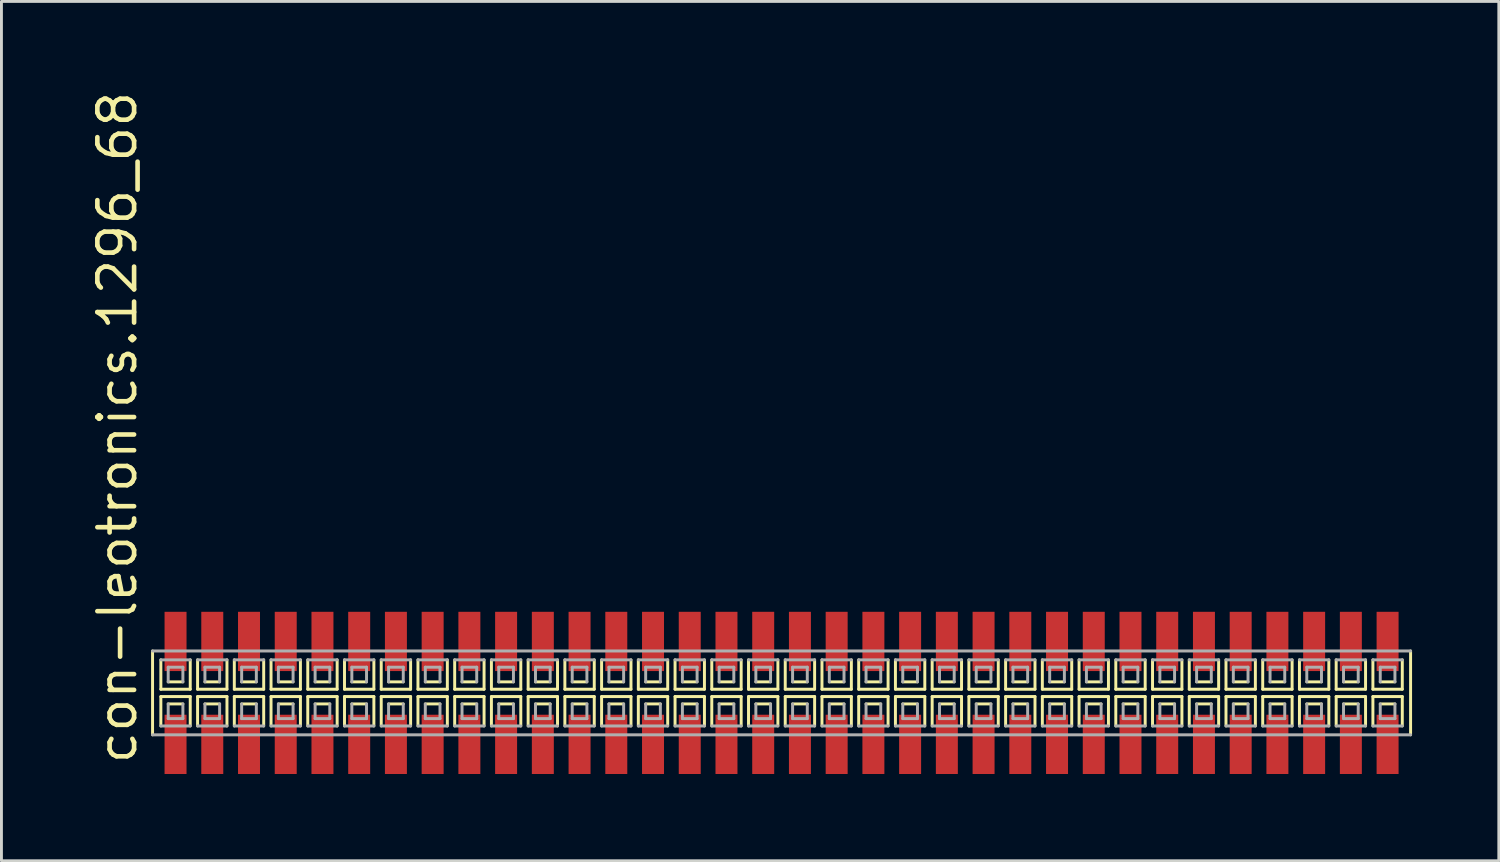
<source format=kicad_pcb>
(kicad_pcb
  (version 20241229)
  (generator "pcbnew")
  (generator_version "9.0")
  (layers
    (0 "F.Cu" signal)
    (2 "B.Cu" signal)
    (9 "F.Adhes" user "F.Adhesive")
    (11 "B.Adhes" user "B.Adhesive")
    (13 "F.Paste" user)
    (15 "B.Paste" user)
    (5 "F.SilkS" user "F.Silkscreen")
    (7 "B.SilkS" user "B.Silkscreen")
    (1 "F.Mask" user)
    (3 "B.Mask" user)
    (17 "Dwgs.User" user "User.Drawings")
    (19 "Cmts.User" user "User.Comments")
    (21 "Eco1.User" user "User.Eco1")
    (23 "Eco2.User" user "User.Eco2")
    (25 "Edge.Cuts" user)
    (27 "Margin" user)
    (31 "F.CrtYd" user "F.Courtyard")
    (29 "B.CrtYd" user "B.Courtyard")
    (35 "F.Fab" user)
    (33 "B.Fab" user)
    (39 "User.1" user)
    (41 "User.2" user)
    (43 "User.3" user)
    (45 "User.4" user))
  (footprint "con-leotronics.1296_68"
    (layer "F.Cu")
    (at 23.975 20.909)
    (property "Reference" "con-leotronics.1296_68" (at -22.225 2.54 90) (layer "F.SilkS") (effects (font (size 1.27 1.27) (thickness 0.16)) (justify left bottom)))
    (attr smd)
    (fp_line (start -21.75 -1.45) (end -21.75 1.45) (stroke (width 0.102) (type default)) (layer "F.SilkS"))
    (fp_line (start -21.463 -1.143) (end -21.463 -0.127) (stroke (width 0.102) (type default)) (layer "F.SilkS"))
    (fp_line (start -21.463 -0.127) (end -20.447 -0.127) (stroke (width 0.102) (type default)) (layer "F.SilkS"))
    (fp_line (start -21.463 0.127) (end -21.463 1.143) (stroke (width 0.102) (type default)) (layer "F.SilkS"))
    (fp_line (start -21.209 -0.381) (end -20.701 -0.381) (stroke (width 0.102) (type default)) (layer "F.SilkS"))
    (fp_line (start -20.701 0.381) (end -21.209 0.381) (stroke (width 0.102) (type default)) (layer "F.SilkS"))
    (fp_line (start -20.447 -0.127) (end -20.447 -1.143) (stroke (width 0.102) (type default)) (layer "F.SilkS"))
    (fp_line (start -20.447 0.127) (end -21.463 0.127) (stroke (width 0.102) (type default)) (layer "F.SilkS"))
    (fp_line (start -20.447 1.143) (end -20.447 0.127) (stroke (width 0.102) (type default)) (layer "F.SilkS"))
    (fp_line (start -20.193 -1.143) (end -20.193 -0.127) (stroke (width 0.102) (type default)) (layer "F.SilkS"))
    (fp_line (start -20.193 -0.127) (end -19.177 -0.127) (stroke (width 0.102) (type default)) (layer "F.SilkS"))
    (fp_line (start -20.193 0.127) (end -20.193 1.143) (stroke (width 0.102) (type default)) (layer "F.SilkS"))
    (fp_line (start -19.939 -0.381) (end -19.431 -0.381) (stroke (width 0.102) (type default)) (layer "F.SilkS"))
    (fp_line (start -19.431 0.381) (end -19.939 0.381) (stroke (width 0.102) (type default)) (layer "F.SilkS"))
    (fp_line (start -19.177 -0.127) (end -19.177 -1.143) (stroke (width 0.102) (type default)) (layer "F.SilkS"))
    (fp_line (start -19.177 0.127) (end -20.193 0.127) (stroke (width 0.102) (type default)) (layer "F.SilkS"))
    (fp_line (start -19.177 1.143) (end -19.177 0.127) (stroke (width 0.102) (type default)) (layer "F.SilkS"))
    (fp_line (start -18.923 -1.143) (end -18.923 -0.127) (stroke (width 0.102) (type default)) (layer "F.SilkS"))
    (fp_line (start -18.923 -0.127) (end -17.907 -0.127) (stroke (width 0.102) (type default)) (layer "F.SilkS"))
    (fp_line (start -18.923 0.127) (end -18.923 1.143) (stroke (width 0.102) (type default)) (layer "F.SilkS"))
    (fp_line (start -18.669 -0.381) (end -18.161 -0.381) (stroke (width 0.102) (type default)) (layer "F.SilkS"))
    (fp_line (start -18.161 0.381) (end -18.669 0.381) (stroke (width 0.102) (type default)) (layer "F.SilkS"))
    (fp_line (start -17.907 -0.127) (end -17.907 -1.143) (stroke (width 0.102) (type default)) (layer "F.SilkS"))
    (fp_line (start -17.907 0.127) (end -18.923 0.127) (stroke (width 0.102) (type default)) (layer "F.SilkS"))
    (fp_line (start -17.907 1.143) (end -17.907 0.127) (stroke (width 0.102) (type default)) (layer "F.SilkS"))
    (fp_line (start -17.653 -1.143) (end -17.653 -0.127) (stroke (width 0.102) (type default)) (layer "F.SilkS"))
    (fp_line (start -17.653 -0.127) (end -16.637 -0.127) (stroke (width 0.102) (type default)) (layer "F.SilkS"))
    (fp_line (start -17.653 0.127) (end -17.653 1.143) (stroke (width 0.102) (type default)) (layer "F.SilkS"))
    (fp_line (start -17.399 -0.381) (end -16.891 -0.381) (stroke (width 0.102) (type default)) (layer "F.SilkS"))
    (fp_line (start -16.891 0.381) (end -17.399 0.381) (stroke (width 0.102) (type default)) (layer "F.SilkS"))
    (fp_line (start -16.637 -0.127) (end -16.637 -1.143) (stroke (width 0.102) (type default)) (layer "F.SilkS"))
    (fp_line (start -16.637 0.127) (end -17.653 0.127) (stroke (width 0.102) (type default)) (layer "F.SilkS"))
    (fp_line (start -16.637 1.143) (end -16.637 0.127) (stroke (width 0.102) (type default)) (layer "F.SilkS"))
    (fp_line (start -16.383 -1.143) (end -16.383 -0.127) (stroke (width 0.102) (type default)) (layer "F.SilkS"))
    (fp_line (start -16.383 -0.127) (end -15.367 -0.127) (stroke (width 0.102) (type default)) (layer "F.SilkS"))
    (fp_line (start -16.383 0.127) (end -16.383 1.143) (stroke (width 0.102) (type default)) (layer "F.SilkS"))
    (fp_line (start -16.129 -0.381) (end -15.621 -0.381) (stroke (width 0.102) (type default)) (layer "F.SilkS"))
    (fp_line (start -15.621 0.381) (end -16.129 0.381) (stroke (width 0.102) (type default)) (layer "F.SilkS"))
    (fp_line (start -15.367 -0.127) (end -15.367 -1.143) (stroke (width 0.102) (type default)) (layer "F.SilkS"))
    (fp_line (start -15.367 0.127) (end -16.383 0.127) (stroke (width 0.102) (type default)) (layer "F.SilkS"))
    (fp_line (start -15.367 1.143) (end -15.367 0.127) (stroke (width 0.102) (type default)) (layer "F.SilkS"))
    (fp_line (start -15.113 -1.143) (end -15.113 -0.127) (stroke (width 0.102) (type default)) (layer "F.SilkS"))
    (fp_line (start -15.113 -0.127) (end -14.097 -0.127) (stroke (width 0.102) (type default)) (layer "F.SilkS"))
    (fp_line (start -15.113 0.127) (end -15.113 1.143) (stroke (width 0.102) (type default)) (layer "F.SilkS"))
    (fp_line (start -14.859 -0.381) (end -14.351 -0.381) (stroke (width 0.102) (type default)) (layer "F.SilkS"))
    (fp_line (start -14.351 0.381) (end -14.859 0.381) (stroke (width 0.102) (type default)) (layer "F.SilkS"))
    (fp_line (start -14.097 -0.127) (end -14.097 -1.143) (stroke (width 0.102) (type default)) (layer "F.SilkS"))
    (fp_line (start -14.097 0.127) (end -15.113 0.127) (stroke (width 0.102) (type default)) (layer "F.SilkS"))
    (fp_line (start -14.097 1.143) (end -14.097 0.127) (stroke (width 0.102) (type default)) (layer "F.SilkS"))
    (fp_line (start -13.843 -1.143) (end -13.843 -0.127) (stroke (width 0.102) (type default)) (layer "F.SilkS"))
    (fp_line (start -13.843 -0.127) (end -12.827 -0.127) (stroke (width 0.102) (type default)) (layer "F.SilkS"))
    (fp_line (start -13.843 0.127) (end -13.843 1.143) (stroke (width 0.102) (type default)) (layer "F.SilkS"))
    (fp_line (start -13.589 -0.381) (end -13.081 -0.381) (stroke (width 0.102) (type default)) (layer "F.SilkS"))
    (fp_line (start -13.081 0.381) (end -13.589 0.381) (stroke (width 0.102) (type default)) (layer "F.SilkS"))
    (fp_line (start -12.827 -0.127) (end -12.827 -1.143) (stroke (width 0.102) (type default)) (layer "F.SilkS"))
    (fp_line (start -12.827 0.127) (end -13.843 0.127) (stroke (width 0.102) (type default)) (layer "F.SilkS"))
    (fp_line (start -12.827 1.143) (end -12.827 0.127) (stroke (width 0.102) (type default)) (layer "F.SilkS"))
    (fp_line (start -12.573 -1.143) (end -12.573 -0.127) (stroke (width 0.102) (type default)) (layer "F.SilkS"))
    (fp_line (start -12.573 -0.127) (end -11.557 -0.127) (stroke (width 0.102) (type default)) (layer "F.SilkS"))
    (fp_line (start -12.573 0.127) (end -12.573 1.143) (stroke (width 0.102) (type default)) (layer "F.SilkS"))
    (fp_line (start -12.319 -0.381) (end -11.811 -0.381) (stroke (width 0.102) (type default)) (layer "F.SilkS"))
    (fp_line (start -11.811 0.381) (end -12.319 0.381) (stroke (width 0.102) (type default)) (layer "F.SilkS"))
    (fp_line (start -11.557 -0.127) (end -11.557 -1.143) (stroke (width 0.102) (type default)) (layer "F.SilkS"))
    (fp_line (start -11.557 0.127) (end -12.573 0.127) (stroke (width 0.102) (type default)) (layer "F.SilkS"))
    (fp_line (start -11.557 1.143) (end -11.557 0.127) (stroke (width 0.102) (type default)) (layer "F.SilkS"))
    (fp_line (start -11.303 -1.143) (end -11.303 -0.127) (stroke (width 0.102) (type default)) (layer "F.SilkS"))
    (fp_line (start -11.303 -0.127) (end -10.287 -0.127) (stroke (width 0.102) (type default)) (layer "F.SilkS"))
    (fp_line (start -11.303 0.127) (end -11.303 1.143) (stroke (width 0.102) (type default)) (layer "F.SilkS"))
    (fp_line (start -11.049 -0.381) (end -10.541 -0.381) (stroke (width 0.102) (type default)) (layer "F.SilkS"))
    (fp_line (start -10.541 0.381) (end -11.049 0.381) (stroke (width 0.102) (type default)) (layer "F.SilkS"))
    (fp_line (start -10.287 -0.127) (end -10.287 -1.143) (stroke (width 0.102) (type default)) (layer "F.SilkS"))
    (fp_line (start -10.287 0.127) (end -11.303 0.127) (stroke (width 0.102) (type default)) (layer "F.SilkS"))
    (fp_line (start -10.287 1.143) (end -10.287 0.127) (stroke (width 0.102) (type default)) (layer "F.SilkS"))
    (fp_line (start -10.033 -1.143) (end -10.033 -0.127) (stroke (width 0.102) (type default)) (layer "F.SilkS"))
    (fp_line (start -10.033 -0.127) (end -9.017 -0.127) (stroke (width 0.102) (type default)) (layer "F.SilkS"))
    (fp_line (start -10.033 0.127) (end -10.033 1.143) (stroke (width 0.102) (type default)) (layer "F.SilkS"))
    (fp_line (start -9.779 -0.381) (end -9.271 -0.381) (stroke (width 0.102) (type default)) (layer "F.SilkS"))
    (fp_line (start -9.271 0.381) (end -9.779 0.381) (stroke (width 0.102) (type default)) (layer "F.SilkS"))
    (fp_line (start -9.017 -0.127) (end -9.017 -1.143) (stroke (width 0.102) (type default)) (layer "F.SilkS"))
    (fp_line (start -9.017 0.127) (end -10.033 0.127) (stroke (width 0.102) (type default)) (layer "F.SilkS"))
    (fp_line (start -9.017 1.143) (end -9.017 0.127) (stroke (width 0.102) (type default)) (layer "F.SilkS"))
    (fp_line (start -8.763 -1.143) (end -8.763 -0.127) (stroke (width 0.102) (type default)) (layer "F.SilkS"))
    (fp_line (start -8.763 -0.127) (end -7.747 -0.127) (stroke (width 0.102) (type default)) (layer "F.SilkS"))
    (fp_line (start -8.763 0.127) (end -8.763 1.143) (stroke (width 0.102) (type default)) (layer "F.SilkS"))
    (fp_line (start -8.509 -0.381) (end -8.001 -0.381) (stroke (width 0.102) (type default)) (layer "F.SilkS"))
    (fp_line (start -8.001 0.381) (end -8.509 0.381) (stroke (width 0.102) (type default)) (layer "F.SilkS"))
    (fp_line (start -7.747 -0.127) (end -7.747 -1.143) (stroke (width 0.102) (type default)) (layer "F.SilkS"))
    (fp_line (start -7.747 0.127) (end -8.763 0.127) (stroke (width 0.102) (type default)) (layer "F.SilkS"))
    (fp_line (start -7.747 1.143) (end -7.747 0.127) (stroke (width 0.102) (type default)) (layer "F.SilkS"))
    (fp_line (start -7.493 -1.143) (end -7.493 -0.127) (stroke (width 0.102) (type default)) (layer "F.SilkS"))
    (fp_line (start -7.493 -0.127) (end -6.477 -0.127) (stroke (width 0.102) (type default)) (layer "F.SilkS"))
    (fp_line (start -7.493 0.127) (end -7.493 1.143) (stroke (width 0.102) (type default)) (layer "F.SilkS"))
    (fp_line (start -7.239 -0.381) (end -6.731 -0.381) (stroke (width 0.102) (type default)) (layer "F.SilkS"))
    (fp_line (start -6.731 0.381) (end -7.239 0.381) (stroke (width 0.102) (type default)) (layer "F.SilkS"))
    (fp_line (start -6.477 -0.127) (end -6.477 -1.143) (stroke (width 0.102) (type default)) (layer "F.SilkS"))
    (fp_line (start -6.477 0.127) (end -7.493 0.127) (stroke (width 0.102) (type default)) (layer "F.SilkS"))
    (fp_line (start -6.477 1.143) (end -6.477 0.127) (stroke (width 0.102) (type default)) (layer "F.SilkS"))
    (fp_line (start -6.223 -1.143) (end -6.223 -0.127) (stroke (width 0.102) (type default)) (layer "F.SilkS"))
    (fp_line (start -6.223 -0.127) (end -5.207 -0.127) (stroke (width 0.102) (type default)) (layer "F.SilkS"))
    (fp_line (start -6.223 0.127) (end -6.223 1.143) (stroke (width 0.102) (type default)) (layer "F.SilkS"))
    (fp_line (start -5.969 -0.381) (end -5.461 -0.381) (stroke (width 0.102) (type default)) (layer "F.SilkS"))
    (fp_line (start -5.461 0.381) (end -5.969 0.381) (stroke (width 0.102) (type default)) (layer "F.SilkS"))
    (fp_line (start -5.207 -0.127) (end -5.207 -1.143) (stroke (width 0.102) (type default)) (layer "F.SilkS"))
    (fp_line (start -5.207 0.127) (end -6.223 0.127) (stroke (width 0.102) (type default)) (layer "F.SilkS"))
    (fp_line (start -5.207 1.143) (end -5.207 0.127) (stroke (width 0.102) (type default)) (layer "F.SilkS"))
    (fp_line (start -4.953 -1.143) (end -4.953 -0.127) (stroke (width 0.102) (type default)) (layer "F.SilkS"))
    (fp_line (start -4.953 -0.127) (end -3.937 -0.127) (stroke (width 0.102) (type default)) (layer "F.SilkS"))
    (fp_line (start -4.953 0.127) (end -4.953 1.143) (stroke (width 0.102) (type default)) (layer "F.SilkS"))
    (fp_line (start -4.699 -0.381) (end -4.191 -0.381) (stroke (width 0.102) (type default)) (layer "F.SilkS"))
    (fp_line (start -4.191 0.381) (end -4.699 0.381) (stroke (width 0.102) (type default)) (layer "F.SilkS"))
    (fp_line (start -3.937 -0.127) (end -3.937 -1.143) (stroke (width 0.102) (type default)) (layer "F.SilkS"))
    (fp_line (start -3.937 0.127) (end -4.953 0.127) (stroke (width 0.102) (type default)) (layer "F.SilkS"))
    (fp_line (start -3.937 1.143) (end -3.937 0.127) (stroke (width 0.102) (type default)) (layer "F.SilkS"))
    (fp_line (start -3.683 -1.143) (end -3.683 -0.127) (stroke (width 0.102) (type default)) (layer "F.SilkS"))
    (fp_line (start -3.683 -0.127) (end -2.667 -0.127) (stroke (width 0.102) (type default)) (layer "F.SilkS"))
    (fp_line (start -3.683 0.127) (end -3.683 1.143) (stroke (width 0.102) (type default)) (layer "F.SilkS"))
    (fp_line (start -3.429 -0.381) (end -2.921 -0.381) (stroke (width 0.102) (type default)) (layer "F.SilkS"))
    (fp_line (start -2.921 0.381) (end -3.429 0.381) (stroke (width 0.102) (type default)) (layer "F.SilkS"))
    (fp_line (start -2.667 -0.127) (end -2.667 -1.143) (stroke (width 0.102) (type default)) (layer "F.SilkS"))
    (fp_line (start -2.667 0.127) (end -3.683 0.127) (stroke (width 0.102) (type default)) (layer "F.SilkS"))
    (fp_line (start -2.667 1.143) (end -2.667 0.127) (stroke (width 0.102) (type default)) (layer "F.SilkS"))
    (fp_line (start -2.413 -1.143) (end -2.413 -0.127) (stroke (width 0.102) (type default)) (layer "F.SilkS"))
    (fp_line (start -2.413 -0.127) (end -1.397 -0.127) (stroke (width 0.102) (type default)) (layer "F.SilkS"))
    (fp_line (start -2.413 0.127) (end -2.413 1.143) (stroke (width 0.102) (type default)) (layer "F.SilkS"))
    (fp_line (start -2.159 -0.381) (end -1.651 -0.381) (stroke (width 0.102) (type default)) (layer "F.SilkS"))
    (fp_line (start -1.651 0.381) (end -2.159 0.381) (stroke (width 0.102) (type default)) (layer "F.SilkS"))
    (fp_line (start -1.397 -0.127) (end -1.397 -1.143) (stroke (width 0.102) (type default)) (layer "F.SilkS"))
    (fp_line (start -1.397 0.127) (end -2.413 0.127) (stroke (width 0.102) (type default)) (layer "F.SilkS"))
    (fp_line (start -1.397 1.143) (end -1.397 0.127) (stroke (width 0.102) (type default)) (layer "F.SilkS"))
    (fp_line (start -1.143 -1.143) (end -1.143 -0.127) (stroke (width 0.102) (type default)) (layer "F.SilkS"))
    (fp_line (start -1.143 -0.127) (end -0.127 -0.127) (stroke (width 0.102) (type default)) (layer "F.SilkS"))
    (fp_line (start -1.143 0.127) (end -1.143 1.143) (stroke (width 0.102) (type default)) (layer "F.SilkS"))
    (fp_line (start -0.889 -0.381) (end -0.381 -0.381) (stroke (width 0.102) (type default)) (layer "F.SilkS"))
    (fp_line (start -0.381 0.381) (end -0.889 0.381) (stroke (width 0.102) (type default)) (layer "F.SilkS"))
    (fp_line (start -0.127 -0.127) (end -0.127 -1.143) (stroke (width 0.102) (type default)) (layer "F.SilkS"))
    (fp_line (start -0.127 0.127) (end -1.143 0.127) (stroke (width 0.102) (type default)) (layer "F.SilkS"))
    (fp_line (start -0.127 1.143) (end -0.127 0.127) (stroke (width 0.102) (type default)) (layer "F.SilkS"))
    (fp_line (start 0.127 -1.143) (end 0.127 -0.127) (stroke (width 0.102) (type default)) (layer "F.SilkS"))
    (fp_line (start 0.127 -0.127) (end 1.143 -0.127) (stroke (width 0.102) (type default)) (layer "F.SilkS"))
    (fp_line (start 0.127 0.127) (end 0.127 1.143) (stroke (width 0.102) (type default)) (layer "F.SilkS"))
    (fp_line (start 0.381 -0.381) (end 0.889 -0.381) (stroke (width 0.102) (type default)) (layer "F.SilkS"))
    (fp_line (start 0.889 0.381) (end 0.381 0.381) (stroke (width 0.102) (type default)) (layer "F.SilkS"))
    (fp_line (start 1.143 -0.127) (end 1.143 -1.143) (stroke (width 0.102) (type default)) (layer "F.SilkS"))
    (fp_line (start 1.143 0.127) (end 0.127 0.127) (stroke (width 0.102) (type default)) (layer "F.SilkS"))
    (fp_line (start 1.143 1.143) (end 1.143 0.127) (stroke (width 0.102) (type default)) (layer "F.SilkS"))
    (fp_line (start 1.397 -1.143) (end 1.397 -0.127) (stroke (width 0.102) (type default)) (layer "F.SilkS"))
    (fp_line (start 1.397 -0.127) (end 2.413 -0.127) (stroke (width 0.102) (type default)) (layer "F.SilkS"))
    (fp_line (start 1.397 0.127) (end 1.397 1.143) (stroke (width 0.102) (type default)) (layer "F.SilkS"))
    (fp_line (start 1.651 -0.381) (end 2.159 -0.381) (stroke (width 0.102) (type default)) (layer "F.SilkS"))
    (fp_line (start 2.159 0.381) (end 1.651 0.381) (stroke (width 0.102) (type default)) (layer "F.SilkS"))
    (fp_line (start 2.413 -0.127) (end 2.413 -1.143) (stroke (width 0.102) (type default)) (layer "F.SilkS"))
    (fp_line (start 2.413 0.127) (end 1.397 0.127) (stroke (width 0.102) (type default)) (layer "F.SilkS"))
    (fp_line (start 2.413 1.143) (end 2.413 0.127) (stroke (width 0.102) (type default)) (layer "F.SilkS"))
    (fp_line (start 2.667 -1.143) (end 2.667 -0.127) (stroke (width 0.102) (type default)) (layer "F.SilkS"))
    (fp_line (start 2.667 -0.127) (end 3.683 -0.127) (stroke (width 0.102) (type default)) (layer "F.SilkS"))
    (fp_line (start 2.667 0.127) (end 2.667 1.143) (stroke (width 0.102) (type default)) (layer "F.SilkS"))
    (fp_line (start 2.921 -0.381) (end 3.429 -0.381) (stroke (width 0.102) (type default)) (layer "F.SilkS"))
    (fp_line (start 3.429 0.381) (end 2.921 0.381) (stroke (width 0.102) (type default)) (layer "F.SilkS"))
    (fp_line (start 3.683 -0.127) (end 3.683 -1.143) (stroke (width 0.102) (type default)) (layer "F.SilkS"))
    (fp_line (start 3.683 0.127) (end 2.667 0.127) (stroke (width 0.102) (type default)) (layer "F.SilkS"))
    (fp_line (start 3.683 1.143) (end 3.683 0.127) (stroke (width 0.102) (type default)) (layer "F.SilkS"))
    (fp_line (start 3.937 -1.143) (end 3.937 -0.127) (stroke (width 0.102) (type default)) (layer "F.SilkS"))
    (fp_line (start 3.937 -0.127) (end 4.953 -0.127) (stroke (width 0.102) (type default)) (layer "F.SilkS"))
    (fp_line (start 3.937 0.127) (end 3.937 1.143) (stroke (width 0.102) (type default)) (layer "F.SilkS"))
    (fp_line (start 4.191 -0.381) (end 4.699 -0.381) (stroke (width 0.102) (type default)) (layer "F.SilkS"))
    (fp_line (start 4.699 0.381) (end 4.191 0.381) (stroke (width 0.102) (type default)) (layer "F.SilkS"))
    (fp_line (start 4.953 -0.127) (end 4.953 -1.143) (stroke (width 0.102) (type default)) (layer "F.SilkS"))
    (fp_line (start 4.953 0.127) (end 3.937 0.127) (stroke (width 0.102) (type default)) (layer "F.SilkS"))
    (fp_line (start 4.953 1.143) (end 4.953 0.127) (stroke (width 0.102) (type default)) (layer "F.SilkS"))
    (fp_line (start 5.207 -1.143) (end 5.207 -0.127) (stroke (width 0.102) (type default)) (layer "F.SilkS"))
    (fp_line (start 5.207 -0.127) (end 6.223 -0.127) (stroke (width 0.102) (type default)) (layer "F.SilkS"))
    (fp_line (start 5.207 0.127) (end 5.207 1.143) (stroke (width 0.102) (type default)) (layer "F.SilkS"))
    (fp_line (start 5.461 -0.381) (end 5.969 -0.381) (stroke (width 0.102) (type default)) (layer "F.SilkS"))
    (fp_line (start 5.969 0.381) (end 5.461 0.381) (stroke (width 0.102) (type default)) (layer "F.SilkS"))
    (fp_line (start 6.223 -0.127) (end 6.223 -1.143) (stroke (width 0.102) (type default)) (layer "F.SilkS"))
    (fp_line (start 6.223 0.127) (end 5.207 0.127) (stroke (width 0.102) (type default)) (layer "F.SilkS"))
    (fp_line (start 6.223 1.143) (end 6.223 0.127) (stroke (width 0.102) (type default)) (layer "F.SilkS"))
    (fp_line (start 6.477 -1.143) (end 6.477 -0.127) (stroke (width 0.102) (type default)) (layer "F.SilkS"))
    (fp_line (start 6.477 -0.127) (end 7.493 -0.127) (stroke (width 0.102) (type default)) (layer "F.SilkS"))
    (fp_line (start 6.477 0.127) (end 6.477 1.143) (stroke (width 0.102) (type default)) (layer "F.SilkS"))
    (fp_line (start 6.731 -0.381) (end 7.239 -0.381) (stroke (width 0.102) (type default)) (layer "F.SilkS"))
    (fp_line (start 7.239 0.381) (end 6.731 0.381) (stroke (width 0.102) (type default)) (layer "F.SilkS"))
    (fp_line (start 7.493 -0.127) (end 7.493 -1.143) (stroke (width 0.102) (type default)) (layer "F.SilkS"))
    (fp_line (start 7.493 0.127) (end 6.477 0.127) (stroke (width 0.102) (type default)) (layer "F.SilkS"))
    (fp_line (start 7.493 1.143) (end 7.493 0.127) (stroke (width 0.102) (type default)) (layer "F.SilkS"))
    (fp_line (start 7.747 -1.143) (end 7.747 -0.127) (stroke (width 0.102) (type default)) (layer "F.SilkS"))
    (fp_line (start 7.747 -0.127) (end 8.763 -0.127) (stroke (width 0.102) (type default)) (layer "F.SilkS"))
    (fp_line (start 7.747 0.127) (end 7.747 1.143) (stroke (width 0.102) (type default)) (layer "F.SilkS"))
    (fp_line (start 8.001 -0.381) (end 8.509 -0.381) (stroke (width 0.102) (type default)) (layer "F.SilkS"))
    (fp_line (start 8.509 0.381) (end 8.001 0.381) (stroke (width 0.102) (type default)) (layer "F.SilkS"))
    (fp_line (start 8.763 -0.127) (end 8.763 -1.143) (stroke (width 0.102) (type default)) (layer "F.SilkS"))
    (fp_line (start 8.763 0.127) (end 7.747 0.127) (stroke (width 0.102) (type default)) (layer "F.SilkS"))
    (fp_line (start 8.763 1.143) (end 8.763 0.127) (stroke (width 0.102) (type default)) (layer "F.SilkS"))
    (fp_line (start 9.017 -1.143) (end 9.017 -0.127) (stroke (width 0.102) (type default)) (layer "F.SilkS"))
    (fp_line (start 9.017 -0.127) (end 10.033 -0.127) (stroke (width 0.102) (type default)) (layer "F.SilkS"))
    (fp_line (start 9.017 0.127) (end 9.017 1.143) (stroke (width 0.102) (type default)) (layer "F.SilkS"))
    (fp_line (start 9.271 -0.381) (end 9.779 -0.381) (stroke (width 0.102) (type default)) (layer "F.SilkS"))
    (fp_line (start 9.779 0.381) (end 9.271 0.381) (stroke (width 0.102) (type default)) (layer "F.SilkS"))
    (fp_line (start 10.033 -0.127) (end 10.033 -1.143) (stroke (width 0.102) (type default)) (layer "F.SilkS"))
    (fp_line (start 10.033 0.127) (end 9.017 0.127) (stroke (width 0.102) (type default)) (layer "F.SilkS"))
    (fp_line (start 10.033 1.143) (end 10.033 0.127) (stroke (width 0.102) (type default)) (layer "F.SilkS"))
    (fp_line (start 10.287 -1.143) (end 10.287 -0.127) (stroke (width 0.102) (type default)) (layer "F.SilkS"))
    (fp_line (start 10.287 -0.127) (end 11.303 -0.127) (stroke (width 0.102) (type default)) (layer "F.SilkS"))
    (fp_line (start 10.287 0.127) (end 10.287 1.143) (stroke (width 0.102) (type default)) (layer "F.SilkS"))
    (fp_line (start 10.541 -0.381) (end 11.049 -0.381) (stroke (width 0.102) (type default)) (layer "F.SilkS"))
    (fp_line (start 11.049 0.381) (end 10.541 0.381) (stroke (width 0.102) (type default)) (layer "F.SilkS"))
    (fp_line (start 11.303 -0.127) (end 11.303 -1.143) (stroke (width 0.102) (type default)) (layer "F.SilkS"))
    (fp_line (start 11.303 0.127) (end 10.287 0.127) (stroke (width 0.102) (type default)) (layer "F.SilkS"))
    (fp_line (start 11.303 1.143) (end 11.303 0.127) (stroke (width 0.102) (type default)) (layer "F.SilkS"))
    (fp_line (start 11.557 -1.143) (end 11.557 -0.127) (stroke (width 0.102) (type default)) (layer "F.SilkS"))
    (fp_line (start 11.557 -0.127) (end 12.573 -0.127) (stroke (width 0.102) (type default)) (layer "F.SilkS"))
    (fp_line (start 11.557 0.127) (end 11.557 1.143) (stroke (width 0.102) (type default)) (layer "F.SilkS"))
    (fp_line (start 11.811 -0.381) (end 12.319 -0.381) (stroke (width 0.102) (type default)) (layer "F.SilkS"))
    (fp_line (start 12.319 0.381) (end 11.811 0.381) (stroke (width 0.102) (type default)) (layer "F.SilkS"))
    (fp_line (start 12.573 -0.127) (end 12.573 -1.143) (stroke (width 0.102) (type default)) (layer "F.SilkS"))
    (fp_line (start 12.573 0.127) (end 11.557 0.127) (stroke (width 0.102) (type default)) (layer "F.SilkS"))
    (fp_line (start 12.573 1.143) (end 12.573 0.127) (stroke (width 0.102) (type default)) (layer "F.SilkS"))
    (fp_line (start 12.827 -1.143) (end 12.827 -0.127) (stroke (width 0.102) (type default)) (layer "F.SilkS"))
    (fp_line (start 12.827 -0.127) (end 13.843 -0.127) (stroke (width 0.102) (type default)) (layer "F.SilkS"))
    (fp_line (start 12.827 0.127) (end 12.827 1.143) (stroke (width 0.102) (type default)) (layer "F.SilkS"))
    (fp_line (start 13.081 -0.381) (end 13.589 -0.381) (stroke (width 0.102) (type default)) (layer "F.SilkS"))
    (fp_line (start 13.589 0.381) (end 13.081 0.381) (stroke (width 0.102) (type default)) (layer "F.SilkS"))
    (fp_line (start 13.843 -0.127) (end 13.843 -1.143) (stroke (width 0.102) (type default)) (layer "F.SilkS"))
    (fp_line (start 13.843 0.127) (end 12.827 0.127) (stroke (width 0.102) (type default)) (layer "F.SilkS"))
    (fp_line (start 13.843 1.143) (end 13.843 0.127) (stroke (width 0.102) (type default)) (layer "F.SilkS"))
    (fp_line (start 14.097 -1.143) (end 14.097 -0.127) (stroke (width 0.102) (type default)) (layer "F.SilkS"))
    (fp_line (start 14.097 -0.127) (end 15.113 -0.127) (stroke (width 0.102) (type default)) (layer "F.SilkS"))
    (fp_line (start 14.097 0.127) (end 14.097 1.143) (stroke (width 0.102) (type default)) (layer "F.SilkS"))
    (fp_line (start 14.351 -0.381) (end 14.859 -0.381) (stroke (width 0.102) (type default)) (layer "F.SilkS"))
    (fp_line (start 14.859 0.381) (end 14.351 0.381) (stroke (width 0.102) (type default)) (layer "F.SilkS"))
    (fp_line (start 15.113 -0.127) (end 15.113 -1.143) (stroke (width 0.102) (type default)) (layer "F.SilkS"))
    (fp_line (start 15.113 0.127) (end 14.097 0.127) (stroke (width 0.102) (type default)) (layer "F.SilkS"))
    (fp_line (start 15.113 1.143) (end 15.113 0.127) (stroke (width 0.102) (type default)) (layer "F.SilkS"))
    (fp_line (start 15.367 -1.143) (end 15.367 -0.127) (stroke (width 0.102) (type default)) (layer "F.SilkS"))
    (fp_line (start 15.367 -0.127) (end 16.383 -0.127) (stroke (width 0.102) (type default)) (layer "F.SilkS"))
    (fp_line (start 15.367 0.127) (end 15.367 1.143) (stroke (width 0.102) (type default)) (layer "F.SilkS"))
    (fp_line (start 15.621 -0.381) (end 16.129 -0.381) (stroke (width 0.102) (type default)) (layer "F.SilkS"))
    (fp_line (start 16.129 0.381) (end 15.621 0.381) (stroke (width 0.102) (type default)) (layer "F.SilkS"))
    (fp_line (start 16.383 -0.127) (end 16.383 -1.143) (stroke (width 0.102) (type default)) (layer "F.SilkS"))
    (fp_line (start 16.383 0.127) (end 15.367 0.127) (stroke (width 0.102) (type default)) (layer "F.SilkS"))
    (fp_line (start 16.383 1.143) (end 16.383 0.127) (stroke (width 0.102) (type default)) (layer "F.SilkS"))
    (fp_line (start 16.637 -1.143) (end 16.637 -0.127) (stroke (width 0.102) (type default)) (layer "F.SilkS"))
    (fp_line (start 16.637 -0.127) (end 17.653 -0.127) (stroke (width 0.102) (type default)) (layer "F.SilkS"))
    (fp_line (start 16.637 0.127) (end 16.637 1.143) (stroke (width 0.102) (type default)) (layer "F.SilkS"))
    (fp_line (start 16.891 -0.381) (end 17.399 -0.381) (stroke (width 0.102) (type default)) (layer "F.SilkS"))
    (fp_line (start 17.399 0.381) (end 16.891 0.381) (stroke (width 0.102) (type default)) (layer "F.SilkS"))
    (fp_line (start 17.653 -0.127) (end 17.653 -1.143) (stroke (width 0.102) (type default)) (layer "F.SilkS"))
    (fp_line (start 17.653 0.127) (end 16.637 0.127) (stroke (width 0.102) (type default)) (layer "F.SilkS"))
    (fp_line (start 17.653 1.143) (end 17.653 0.127) (stroke (width 0.102) (type default)) (layer "F.SilkS"))
    (fp_line (start 17.907 -1.143) (end 17.907 -0.127) (stroke (width 0.102) (type default)) (layer "F.SilkS"))
    (fp_line (start 17.907 -0.127) (end 18.923 -0.127) (stroke (width 0.102) (type default)) (layer "F.SilkS"))
    (fp_line (start 17.907 0.127) (end 17.907 1.143) (stroke (width 0.102) (type default)) (layer "F.SilkS"))
    (fp_line (start 18.161 -0.381) (end 18.669 -0.381) (stroke (width 0.102) (type default)) (layer "F.SilkS"))
    (fp_line (start 18.669 0.381) (end 18.161 0.381) (stroke (width 0.102) (type default)) (layer "F.SilkS"))
    (fp_line (start 18.923 -0.127) (end 18.923 -1.143) (stroke (width 0.102) (type default)) (layer "F.SilkS"))
    (fp_line (start 18.923 0.127) (end 17.907 0.127) (stroke (width 0.102) (type default)) (layer "F.SilkS"))
    (fp_line (start 18.923 1.143) (end 18.923 0.127) (stroke (width 0.102) (type default)) (layer "F.SilkS"))
    (fp_line (start 19.177 -1.143) (end 19.177 -0.127) (stroke (width 0.102) (type default)) (layer "F.SilkS"))
    (fp_line (start 19.177 -0.127) (end 20.193 -0.127) (stroke (width 0.102) (type default)) (layer "F.SilkS"))
    (fp_line (start 19.177 0.127) (end 19.177 1.143) (stroke (width 0.102) (type default)) (layer "F.SilkS"))
    (fp_line (start 19.431 -0.381) (end 19.939 -0.381) (stroke (width 0.102) (type default)) (layer "F.SilkS"))
    (fp_line (start 19.939 0.381) (end 19.431 0.381) (stroke (width 0.102) (type default)) (layer "F.SilkS"))
    (fp_line (start 20.193 -0.127) (end 20.193 -1.143) (stroke (width 0.102) (type default)) (layer "F.SilkS"))
    (fp_line (start 20.193 0.127) (end 19.177 0.127) (stroke (width 0.102) (type default)) (layer "F.SilkS"))
    (fp_line (start 20.193 1.143) (end 20.193 0.127) (stroke (width 0.102) (type default)) (layer "F.SilkS"))
    (fp_line (start 20.447 -1.143) (end 20.447 -0.127) (stroke (width 0.102) (type default)) (layer "F.SilkS"))
    (fp_line (start 20.447 -0.127) (end 21.463 -0.127) (stroke (width 0.102) (type default)) (layer "F.SilkS"))
    (fp_line (start 20.447 0.127) (end 20.447 1.143) (stroke (width 0.102) (type default)) (layer "F.SilkS"))
    (fp_line (start 20.701 -0.381) (end 21.209 -0.381) (stroke (width 0.102) (type default)) (layer "F.SilkS"))
    (fp_line (start 21.209 0.381) (end 20.701 0.381) (stroke (width 0.102) (type default)) (layer "F.SilkS"))
    (fp_line (start 21.463 -0.127) (end 21.463 -1.143) (stroke (width 0.102) (type default)) (layer "F.SilkS"))
    (fp_line (start 21.463 0.127) (end 20.447 0.127) (stroke (width 0.102) (type default)) (layer "F.SilkS"))
    (fp_line (start 21.463 1.143) (end 21.463 0.127) (stroke (width 0.102) (type default)) (layer "F.SilkS"))
    (fp_line (start 21.75 1.45) (end 21.75 -1.45) (stroke (width 0.102) (type default)) (layer "F.SilkS"))
    (fp_line (start -21.75 1.45) (end 21.75 1.45) (stroke (width 0.102) (type default)) (layer "F.Fab"))
    (fp_line (start -21.463 1.143) (end -20.447 1.143) (stroke (width 0.102) (type default)) (layer "F.Fab"))
    (fp_line (start -21.209 -0.889) (end -21.209 -0.381) (stroke (width 0.102) (type default)) (layer "F.Fab"))
    (fp_line (start -21.209 0.381) (end -21.209 0.889) (stroke (width 0.102) (type default)) (layer "F.Fab"))
    (fp_line (start -21.209 0.889) (end -20.701 0.889) (stroke (width 0.102) (type default)) (layer "F.Fab"))
    (fp_line (start -20.701 -0.889) (end -21.209 -0.889) (stroke (width 0.102) (type default)) (layer "F.Fab"))
    (fp_line (start -20.701 -0.381) (end -20.701 -0.889) (stroke (width 0.102) (type default)) (layer "F.Fab"))
    (fp_line (start -20.701 0.889) (end -20.701 0.381) (stroke (width 0.102) (type default)) (layer "F.Fab"))
    (fp_line (start -20.447 -1.143) (end -21.463 -1.143) (stroke (width 0.102) (type default)) (layer "F.Fab"))
    (fp_line (start -20.193 1.143) (end -19.177 1.143) (stroke (width 0.102) (type default)) (layer "F.Fab"))
    (fp_line (start -19.939 -0.889) (end -19.939 -0.381) (stroke (width 0.102) (type default)) (layer "F.Fab"))
    (fp_line (start -19.939 0.381) (end -19.939 0.889) (stroke (width 0.102) (type default)) (layer "F.Fab"))
    (fp_line (start -19.939 0.889) (end -19.431 0.889) (stroke (width 0.102) (type default)) (layer "F.Fab"))
    (fp_line (start -19.431 -0.889) (end -19.939 -0.889) (stroke (width 0.102) (type default)) (layer "F.Fab"))
    (fp_line (start -19.431 -0.381) (end -19.431 -0.889) (stroke (width 0.102) (type default)) (layer "F.Fab"))
    (fp_line (start -19.431 0.889) (end -19.431 0.381) (stroke (width 0.102) (type default)) (layer "F.Fab"))
    (fp_line (start -19.177 -1.143) (end -20.193 -1.143) (stroke (width 0.102) (type default)) (layer "F.Fab"))
    (fp_line (start -18.923 1.143) (end -17.907 1.143) (stroke (width 0.102) (type default)) (layer "F.Fab"))
    (fp_line (start -18.669 -0.889) (end -18.669 -0.381) (stroke (width 0.102) (type default)) (layer "F.Fab"))
    (fp_line (start -18.669 0.381) (end -18.669 0.889) (stroke (width 0.102) (type default)) (layer "F.Fab"))
    (fp_line (start -18.669 0.889) (end -18.161 0.889) (stroke (width 0.102) (type default)) (layer "F.Fab"))
    (fp_line (start -18.161 -0.889) (end -18.669 -0.889) (stroke (width 0.102) (type default)) (layer "F.Fab"))
    (fp_line (start -18.161 -0.381) (end -18.161 -0.889) (stroke (width 0.102) (type default)) (layer "F.Fab"))
    (fp_line (start -18.161 0.889) (end -18.161 0.381) (stroke (width 0.102) (type default)) (layer "F.Fab"))
    (fp_line (start -17.907 -1.143) (end -18.923 -1.143) (stroke (width 0.102) (type default)) (layer "F.Fab"))
    (fp_line (start -17.653 1.143) (end -16.637 1.143) (stroke (width 0.102) (type default)) (layer "F.Fab"))
    (fp_line (start -17.399 -0.889) (end -17.399 -0.381) (stroke (width 0.102) (type default)) (layer "F.Fab"))
    (fp_line (start -17.399 0.381) (end -17.399 0.889) (stroke (width 0.102) (type default)) (layer "F.Fab"))
    (fp_line (start -17.399 0.889) (end -16.891 0.889) (stroke (width 0.102) (type default)) (layer "F.Fab"))
    (fp_line (start -16.891 -0.889) (end -17.399 -0.889) (stroke (width 0.102) (type default)) (layer "F.Fab"))
    (fp_line (start -16.891 -0.381) (end -16.891 -0.889) (stroke (width 0.102) (type default)) (layer "F.Fab"))
    (fp_line (start -16.891 0.889) (end -16.891 0.381) (stroke (width 0.102) (type default)) (layer "F.Fab"))
    (fp_line (start -16.637 -1.143) (end -17.653 -1.143) (stroke (width 0.102) (type default)) (layer "F.Fab"))
    (fp_line (start -16.383 1.143) (end -15.367 1.143) (stroke (width 0.102) (type default)) (layer "F.Fab"))
    (fp_line (start -16.129 -0.889) (end -16.129 -0.381) (stroke (width 0.102) (type default)) (layer "F.Fab"))
    (fp_line (start -16.129 0.381) (end -16.129 0.889) (stroke (width 0.102) (type default)) (layer "F.Fab"))
    (fp_line (start -16.129 0.889) (end -15.621 0.889) (stroke (width 0.102) (type default)) (layer "F.Fab"))
    (fp_line (start -15.621 -0.889) (end -16.129 -0.889) (stroke (width 0.102) (type default)) (layer "F.Fab"))
    (fp_line (start -15.621 -0.381) (end -15.621 -0.889) (stroke (width 0.102) (type default)) (layer "F.Fab"))
    (fp_line (start -15.621 0.889) (end -15.621 0.381) (stroke (width 0.102) (type default)) (layer "F.Fab"))
    (fp_line (start -15.367 -1.143) (end -16.383 -1.143) (stroke (width 0.102) (type default)) (layer "F.Fab"))
    (fp_line (start -15.113 1.143) (end -14.097 1.143) (stroke (width 0.102) (type default)) (layer "F.Fab"))
    (fp_line (start -14.859 -0.889) (end -14.859 -0.381) (stroke (width 0.102) (type default)) (layer "F.Fab"))
    (fp_line (start -14.859 0.381) (end -14.859 0.889) (stroke (width 0.102) (type default)) (layer "F.Fab"))
    (fp_line (start -14.859 0.889) (end -14.351 0.889) (stroke (width 0.102) (type default)) (layer "F.Fab"))
    (fp_line (start -14.351 -0.889) (end -14.859 -0.889) (stroke (width 0.102) (type default)) (layer "F.Fab"))
    (fp_line (start -14.351 -0.381) (end -14.351 -0.889) (stroke (width 0.102) (type default)) (layer "F.Fab"))
    (fp_line (start -14.351 0.889) (end -14.351 0.381) (stroke (width 0.102) (type default)) (layer "F.Fab"))
    (fp_line (start -14.097 -1.143) (end -15.113 -1.143) (stroke (width 0.102) (type default)) (layer "F.Fab"))
    (fp_line (start -13.843 1.143) (end -12.827 1.143) (stroke (width 0.102) (type default)) (layer "F.Fab"))
    (fp_line (start -13.589 -0.889) (end -13.589 -0.381) (stroke (width 0.102) (type default)) (layer "F.Fab"))
    (fp_line (start -13.589 0.381) (end -13.589 0.889) (stroke (width 0.102) (type default)) (layer "F.Fab"))
    (fp_line (start -13.589 0.889) (end -13.081 0.889) (stroke (width 0.102) (type default)) (layer "F.Fab"))
    (fp_line (start -13.081 -0.889) (end -13.589 -0.889) (stroke (width 0.102) (type default)) (layer "F.Fab"))
    (fp_line (start -13.081 -0.381) (end -13.081 -0.889) (stroke (width 0.102) (type default)) (layer "F.Fab"))
    (fp_line (start -13.081 0.889) (end -13.081 0.381) (stroke (width 0.102) (type default)) (layer "F.Fab"))
    (fp_line (start -12.827 -1.143) (end -13.843 -1.143) (stroke (width 0.102) (type default)) (layer "F.Fab"))
    (fp_line (start -12.573 1.143) (end -11.557 1.143) (stroke (width 0.102) (type default)) (layer "F.Fab"))
    (fp_line (start -12.319 -0.889) (end -12.319 -0.381) (stroke (width 0.102) (type default)) (layer "F.Fab"))
    (fp_line (start -12.319 0.381) (end -12.319 0.889) (stroke (width 0.102) (type default)) (layer "F.Fab"))
    (fp_line (start -12.319 0.889) (end -11.811 0.889) (stroke (width 0.102) (type default)) (layer "F.Fab"))
    (fp_line (start -11.811 -0.889) (end -12.319 -0.889) (stroke (width 0.102) (type default)) (layer "F.Fab"))
    (fp_line (start -11.811 -0.381) (end -11.811 -0.889) (stroke (width 0.102) (type default)) (layer "F.Fab"))
    (fp_line (start -11.811 0.889) (end -11.811 0.381) (stroke (width 0.102) (type default)) (layer "F.Fab"))
    (fp_line (start -11.557 -1.143) (end -12.573 -1.143) (stroke (width 0.102) (type default)) (layer "F.Fab"))
    (fp_line (start -11.303 1.143) (end -10.287 1.143) (stroke (width 0.102) (type default)) (layer "F.Fab"))
    (fp_line (start -11.049 -0.889) (end -11.049 -0.381) (stroke (width 0.102) (type default)) (layer "F.Fab"))
    (fp_line (start -11.049 0.381) (end -11.049 0.889) (stroke (width 0.102) (type default)) (layer "F.Fab"))
    (fp_line (start -11.049 0.889) (end -10.541 0.889) (stroke (width 0.102) (type default)) (layer "F.Fab"))
    (fp_line (start -10.541 -0.889) (end -11.049 -0.889) (stroke (width 0.102) (type default)) (layer "F.Fab"))
    (fp_line (start -10.541 -0.381) (end -10.541 -0.889) (stroke (width 0.102) (type default)) (layer "F.Fab"))
    (fp_line (start -10.541 0.889) (end -10.541 0.381) (stroke (width 0.102) (type default)) (layer "F.Fab"))
    (fp_line (start -10.287 -1.143) (end -11.303 -1.143) (stroke (width 0.102) (type default)) (layer "F.Fab"))
    (fp_line (start -10.033 1.143) (end -9.017 1.143) (stroke (width 0.102) (type default)) (layer "F.Fab"))
    (fp_line (start -9.779 -0.889) (end -9.779 -0.381) (stroke (width 0.102) (type default)) (layer "F.Fab"))
    (fp_line (start -9.779 0.381) (end -9.779 0.889) (stroke (width 0.102) (type default)) (layer "F.Fab"))
    (fp_line (start -9.779 0.889) (end -9.271 0.889) (stroke (width 0.102) (type default)) (layer "F.Fab"))
    (fp_line (start -9.271 -0.889) (end -9.779 -0.889) (stroke (width 0.102) (type default)) (layer "F.Fab"))
    (fp_line (start -9.271 -0.381) (end -9.271 -0.889) (stroke (width 0.102) (type default)) (layer "F.Fab"))
    (fp_line (start -9.271 0.889) (end -9.271 0.381) (stroke (width 0.102) (type default)) (layer "F.Fab"))
    (fp_line (start -9.017 -1.143) (end -10.033 -1.143) (stroke (width 0.102) (type default)) (layer "F.Fab"))
    (fp_line (start -8.763 1.143) (end -7.747 1.143) (stroke (width 0.102) (type default)) (layer "F.Fab"))
    (fp_line (start -8.509 -0.889) (end -8.509 -0.381) (stroke (width 0.102) (type default)) (layer "F.Fab"))
    (fp_line (start -8.509 0.381) (end -8.509 0.889) (stroke (width 0.102) (type default)) (layer "F.Fab"))
    (fp_line (start -8.509 0.889) (end -8.001 0.889) (stroke (width 0.102) (type default)) (layer "F.Fab"))
    (fp_line (start -8.001 -0.889) (end -8.509 -0.889) (stroke (width 0.102) (type default)) (layer "F.Fab"))
    (fp_line (start -8.001 -0.381) (end -8.001 -0.889) (stroke (width 0.102) (type default)) (layer "F.Fab"))
    (fp_line (start -8.001 0.889) (end -8.001 0.381) (stroke (width 0.102) (type default)) (layer "F.Fab"))
    (fp_line (start -7.747 -1.143) (end -8.763 -1.143) (stroke (width 0.102) (type default)) (layer "F.Fab"))
    (fp_line (start -7.493 1.143) (end -6.477 1.143) (stroke (width 0.102) (type default)) (layer "F.Fab"))
    (fp_line (start -7.239 -0.889) (end -7.239 -0.381) (stroke (width 0.102) (type default)) (layer "F.Fab"))
    (fp_line (start -7.239 0.381) (end -7.239 0.889) (stroke (width 0.102) (type default)) (layer "F.Fab"))
    (fp_line (start -7.239 0.889) (end -6.731 0.889) (stroke (width 0.102) (type default)) (layer "F.Fab"))
    (fp_line (start -6.731 -0.889) (end -7.239 -0.889) (stroke (width 0.102) (type default)) (layer "F.Fab"))
    (fp_line (start -6.731 -0.381) (end -6.731 -0.889) (stroke (width 0.102) (type default)) (layer "F.Fab"))
    (fp_line (start -6.731 0.889) (end -6.731 0.381) (stroke (width 0.102) (type default)) (layer "F.Fab"))
    (fp_line (start -6.477 -1.143) (end -7.493 -1.143) (stroke (width 0.102) (type default)) (layer "F.Fab"))
    (fp_line (start -6.223 1.143) (end -5.207 1.143) (stroke (width 0.102) (type default)) (layer "F.Fab"))
    (fp_line (start -5.969 -0.889) (end -5.969 -0.381) (stroke (width 0.102) (type default)) (layer "F.Fab"))
    (fp_line (start -5.969 0.381) (end -5.969 0.889) (stroke (width 0.102) (type default)) (layer "F.Fab"))
    (fp_line (start -5.969 0.889) (end -5.461 0.889) (stroke (width 0.102) (type default)) (layer "F.Fab"))
    (fp_line (start -5.461 -0.889) (end -5.969 -0.889) (stroke (width 0.102) (type default)) (layer "F.Fab"))
    (fp_line (start -5.461 -0.381) (end -5.461 -0.889) (stroke (width 0.102) (type default)) (layer "F.Fab"))
    (fp_line (start -5.461 0.889) (end -5.461 0.381) (stroke (width 0.102) (type default)) (layer "F.Fab"))
    (fp_line (start -5.207 -1.143) (end -6.223 -1.143) (stroke (width 0.102) (type default)) (layer "F.Fab"))
    (fp_line (start -4.953 1.143) (end -3.937 1.143) (stroke (width 0.102) (type default)) (layer "F.Fab"))
    (fp_line (start -4.699 -0.889) (end -4.699 -0.381) (stroke (width 0.102) (type default)) (layer "F.Fab"))
    (fp_line (start -4.699 0.381) (end -4.699 0.889) (stroke (width 0.102) (type default)) (layer "F.Fab"))
    (fp_line (start -4.699 0.889) (end -4.191 0.889) (stroke (width 0.102) (type default)) (layer "F.Fab"))
    (fp_line (start -4.191 -0.889) (end -4.699 -0.889) (stroke (width 0.102) (type default)) (layer "F.Fab"))
    (fp_line (start -4.191 -0.381) (end -4.191 -0.889) (stroke (width 0.102) (type default)) (layer "F.Fab"))
    (fp_line (start -4.191 0.889) (end -4.191 0.381) (stroke (width 0.102) (type default)) (layer "F.Fab"))
    (fp_line (start -3.937 -1.143) (end -4.953 -1.143) (stroke (width 0.102) (type default)) (layer "F.Fab"))
    (fp_line (start -3.683 1.143) (end -2.667 1.143) (stroke (width 0.102) (type default)) (layer "F.Fab"))
    (fp_line (start -3.429 -0.889) (end -3.429 -0.381) (stroke (width 0.102) (type default)) (layer "F.Fab"))
    (fp_line (start -3.429 0.381) (end -3.429 0.889) (stroke (width 0.102) (type default)) (layer "F.Fab"))
    (fp_line (start -3.429 0.889) (end -2.921 0.889) (stroke (width 0.102) (type default)) (layer "F.Fab"))
    (fp_line (start -2.921 -0.889) (end -3.429 -0.889) (stroke (width 0.102) (type default)) (layer "F.Fab"))
    (fp_line (start -2.921 -0.381) (end -2.921 -0.889) (stroke (width 0.102) (type default)) (layer "F.Fab"))
    (fp_line (start -2.921 0.889) (end -2.921 0.381) (stroke (width 0.102) (type default)) (layer "F.Fab"))
    (fp_line (start -2.667 -1.143) (end -3.683 -1.143) (stroke (width 0.102) (type default)) (layer "F.Fab"))
    (fp_line (start -2.413 1.143) (end -1.397 1.143) (stroke (width 0.102) (type default)) (layer "F.Fab"))
    (fp_line (start -2.159 -0.889) (end -2.159 -0.381) (stroke (width 0.102) (type default)) (layer "F.Fab"))
    (fp_line (start -2.159 0.381) (end -2.159 0.889) (stroke (width 0.102) (type default)) (layer "F.Fab"))
    (fp_line (start -2.159 0.889) (end -1.651 0.889) (stroke (width 0.102) (type default)) (layer "F.Fab"))
    (fp_line (start -1.651 -0.889) (end -2.159 -0.889) (stroke (width 0.102) (type default)) (layer "F.Fab"))
    (fp_line (start -1.651 -0.381) (end -1.651 -0.889) (stroke (width 0.102) (type default)) (layer "F.Fab"))
    (fp_line (start -1.651 0.889) (end -1.651 0.381) (stroke (width 0.102) (type default)) (layer "F.Fab"))
    (fp_line (start -1.397 -1.143) (end -2.413 -1.143) (stroke (width 0.102) (type default)) (layer "F.Fab"))
    (fp_line (start -1.143 1.143) (end -0.127 1.143) (stroke (width 0.102) (type default)) (layer "F.Fab"))
    (fp_line (start -0.889 -0.889) (end -0.889 -0.381) (stroke (width 0.102) (type default)) (layer "F.Fab"))
    (fp_line (start -0.889 0.381) (end -0.889 0.889) (stroke (width 0.102) (type default)) (layer "F.Fab"))
    (fp_line (start -0.889 0.889) (end -0.381 0.889) (stroke (width 0.102) (type default)) (layer "F.Fab"))
    (fp_line (start -0.381 -0.889) (end -0.889 -0.889) (stroke (width 0.102) (type default)) (layer "F.Fab"))
    (fp_line (start -0.381 -0.381) (end -0.381 -0.889) (stroke (width 0.102) (type default)) (layer "F.Fab"))
    (fp_line (start -0.381 0.889) (end -0.381 0.381) (stroke (width 0.102) (type default)) (layer "F.Fab"))
    (fp_line (start -0.127 -1.143) (end -1.143 -1.143) (stroke (width 0.102) (type default)) (layer "F.Fab"))
    (fp_line (start 0.127 1.143) (end 1.143 1.143) (stroke (width 0.102) (type default)) (layer "F.Fab"))
    (fp_line (start 0.381 -0.889) (end 0.381 -0.381) (stroke (width 0.102) (type default)) (layer "F.Fab"))
    (fp_line (start 0.381 0.381) (end 0.381 0.889) (stroke (width 0.102) (type default)) (layer "F.Fab"))
    (fp_line (start 0.381 0.889) (end 0.889 0.889) (stroke (width 0.102) (type default)) (layer "F.Fab"))
    (fp_line (start 0.889 -0.889) (end 0.381 -0.889) (stroke (width 0.102) (type default)) (layer "F.Fab"))
    (fp_line (start 0.889 -0.381) (end 0.889 -0.889) (stroke (width 0.102) (type default)) (layer "F.Fab"))
    (fp_line (start 0.889 0.889) (end 0.889 0.381) (stroke (width 0.102) (type default)) (layer "F.Fab"))
    (fp_line (start 1.143 -1.143) (end 0.127 -1.143) (stroke (width 0.102) (type default)) (layer "F.Fab"))
    (fp_line (start 1.397 1.143) (end 2.413 1.143) (stroke (width 0.102) (type default)) (layer "F.Fab"))
    (fp_line (start 1.651 -0.889) (end 1.651 -0.381) (stroke (width 0.102) (type default)) (layer "F.Fab"))
    (fp_line (start 1.651 0.381) (end 1.651 0.889) (stroke (width 0.102) (type default)) (layer "F.Fab"))
    (fp_line (start 1.651 0.889) (end 2.159 0.889) (stroke (width 0.102) (type default)) (layer "F.Fab"))
    (fp_line (start 2.159 -0.889) (end 1.651 -0.889) (stroke (width 0.102) (type default)) (layer "F.Fab"))
    (fp_line (start 2.159 -0.381) (end 2.159 -0.889) (stroke (width 0.102) (type default)) (layer "F.Fab"))
    (fp_line (start 2.159 0.889) (end 2.159 0.381) (stroke (width 0.102) (type default)) (layer "F.Fab"))
    (fp_line (start 2.413 -1.143) (end 1.397 -1.143) (stroke (width 0.102) (type default)) (layer "F.Fab"))
    (fp_line (start 2.667 1.143) (end 3.683 1.143) (stroke (width 0.102) (type default)) (layer "F.Fab"))
    (fp_line (start 2.921 -0.889) (end 2.921 -0.381) (stroke (width 0.102) (type default)) (layer "F.Fab"))
    (fp_line (start 2.921 0.381) (end 2.921 0.889) (stroke (width 0.102) (type default)) (layer "F.Fab"))
    (fp_line (start 2.921 0.889) (end 3.429 0.889) (stroke (width 0.102) (type default)) (layer "F.Fab"))
    (fp_line (start 3.429 -0.889) (end 2.921 -0.889) (stroke (width 0.102) (type default)) (layer "F.Fab"))
    (fp_line (start 3.429 -0.381) (end 3.429 -0.889) (stroke (width 0.102) (type default)) (layer "F.Fab"))
    (fp_line (start 3.429 0.889) (end 3.429 0.381) (stroke (width 0.102) (type default)) (layer "F.Fab"))
    (fp_line (start 3.683 -1.143) (end 2.667 -1.143) (stroke (width 0.102) (type default)) (layer "F.Fab"))
    (fp_line (start 3.937 1.143) (end 4.953 1.143) (stroke (width 0.102) (type default)) (layer "F.Fab"))
    (fp_line (start 4.191 -0.889) (end 4.191 -0.381) (stroke (width 0.102) (type default)) (layer "F.Fab"))
    (fp_line (start 4.191 0.381) (end 4.191 0.889) (stroke (width 0.102) (type default)) (layer "F.Fab"))
    (fp_line (start 4.191 0.889) (end 4.699 0.889) (stroke (width 0.102) (type default)) (layer "F.Fab"))
    (fp_line (start 4.699 -0.889) (end 4.191 -0.889) (stroke (width 0.102) (type default)) (layer "F.Fab"))
    (fp_line (start 4.699 -0.381) (end 4.699 -0.889) (stroke (width 0.102) (type default)) (layer "F.Fab"))
    (fp_line (start 4.699 0.889) (end 4.699 0.381) (stroke (width 0.102) (type default)) (layer "F.Fab"))
    (fp_line (start 4.953 -1.143) (end 3.937 -1.143) (stroke (width 0.102) (type default)) (layer "F.Fab"))
    (fp_line (start 5.207 1.143) (end 6.223 1.143) (stroke (width 0.102) (type default)) (layer "F.Fab"))
    (fp_line (start 5.461 -0.889) (end 5.461 -0.381) (stroke (width 0.102) (type default)) (layer "F.Fab"))
    (fp_line (start 5.461 0.381) (end 5.461 0.889) (stroke (width 0.102) (type default)) (layer "F.Fab"))
    (fp_line (start 5.461 0.889) (end 5.969 0.889) (stroke (width 0.102) (type default)) (layer "F.Fab"))
    (fp_line (start 5.969 -0.889) (end 5.461 -0.889) (stroke (width 0.102) (type default)) (layer "F.Fab"))
    (fp_line (start 5.969 -0.381) (end 5.969 -0.889) (stroke (width 0.102) (type default)) (layer "F.Fab"))
    (fp_line (start 5.969 0.889) (end 5.969 0.381) (stroke (width 0.102) (type default)) (layer "F.Fab"))
    (fp_line (start 6.223 -1.143) (end 5.207 -1.143) (stroke (width 0.102) (type default)) (layer "F.Fab"))
    (fp_line (start 6.477 1.143) (end 7.493 1.143) (stroke (width 0.102) (type default)) (layer "F.Fab"))
    (fp_line (start 6.731 -0.889) (end 6.731 -0.381) (stroke (width 0.102) (type default)) (layer "F.Fab"))
    (fp_line (start 6.731 0.381) (end 6.731 0.889) (stroke (width 0.102) (type default)) (layer "F.Fab"))
    (fp_line (start 6.731 0.889) (end 7.239 0.889) (stroke (width 0.102) (type default)) (layer "F.Fab"))
    (fp_line (start 7.239 -0.889) (end 6.731 -0.889) (stroke (width 0.102) (type default)) (layer "F.Fab"))
    (fp_line (start 7.239 -0.381) (end 7.239 -0.889) (stroke (width 0.102) (type default)) (layer "F.Fab"))
    (fp_line (start 7.239 0.889) (end 7.239 0.381) (stroke (width 0.102) (type default)) (layer "F.Fab"))
    (fp_line (start 7.493 -1.143) (end 6.477 -1.143) (stroke (width 0.102) (type default)) (layer "F.Fab"))
    (fp_line (start 7.747 1.143) (end 8.763 1.143) (stroke (width 0.102) (type default)) (layer "F.Fab"))
    (fp_line (start 8.001 -0.889) (end 8.001 -0.381) (stroke (width 0.102) (type default)) (layer "F.Fab"))
    (fp_line (start 8.001 0.381) (end 8.001 0.889) (stroke (width 0.102) (type default)) (layer "F.Fab"))
    (fp_line (start 8.001 0.889) (end 8.509 0.889) (stroke (width 0.102) (type default)) (layer "F.Fab"))
    (fp_line (start 8.509 -0.889) (end 8.001 -0.889) (stroke (width 0.102) (type default)) (layer "F.Fab"))
    (fp_line (start 8.509 -0.381) (end 8.509 -0.889) (stroke (width 0.102) (type default)) (layer "F.Fab"))
    (fp_line (start 8.509 0.889) (end 8.509 0.381) (stroke (width 0.102) (type default)) (layer "F.Fab"))
    (fp_line (start 8.763 -1.143) (end 7.747 -1.143) (stroke (width 0.102) (type default)) (layer "F.Fab"))
    (fp_line (start 9.017 1.143) (end 10.033 1.143) (stroke (width 0.102) (type default)) (layer "F.Fab"))
    (fp_line (start 9.271 -0.889) (end 9.271 -0.381) (stroke (width 0.102) (type default)) (layer "F.Fab"))
    (fp_line (start 9.271 0.381) (end 9.271 0.889) (stroke (width 0.102) (type default)) (layer "F.Fab"))
    (fp_line (start 9.271 0.889) (end 9.779 0.889) (stroke (width 0.102) (type default)) (layer "F.Fab"))
    (fp_line (start 9.779 -0.889) (end 9.271 -0.889) (stroke (width 0.102) (type default)) (layer "F.Fab"))
    (fp_line (start 9.779 -0.381) (end 9.779 -0.889) (stroke (width 0.102) (type default)) (layer "F.Fab"))
    (fp_line (start 9.779 0.889) (end 9.779 0.381) (stroke (width 0.102) (type default)) (layer "F.Fab"))
    (fp_line (start 10.033 -1.143) (end 9.017 -1.143) (stroke (width 0.102) (type default)) (layer "F.Fab"))
    (fp_line (start 10.287 1.143) (end 11.303 1.143) (stroke (width 0.102) (type default)) (layer "F.Fab"))
    (fp_line (start 10.541 -0.889) (end 10.541 -0.381) (stroke (width 0.102) (type default)) (layer "F.Fab"))
    (fp_line (start 10.541 0.381) (end 10.541 0.889) (stroke (width 0.102) (type default)) (layer "F.Fab"))
    (fp_line (start 10.541 0.889) (end 11.049 0.889) (stroke (width 0.102) (type default)) (layer "F.Fab"))
    (fp_line (start 11.049 -0.889) (end 10.541 -0.889) (stroke (width 0.102) (type default)) (layer "F.Fab"))
    (fp_line (start 11.049 -0.381) (end 11.049 -0.889) (stroke (width 0.102) (type default)) (layer "F.Fab"))
    (fp_line (start 11.049 0.889) (end 11.049 0.381) (stroke (width 0.102) (type default)) (layer "F.Fab"))
    (fp_line (start 11.303 -1.143) (end 10.287 -1.143) (stroke (width 0.102) (type default)) (layer "F.Fab"))
    (fp_line (start 11.557 1.143) (end 12.573 1.143) (stroke (width 0.102) (type default)) (layer "F.Fab"))
    (fp_line (start 11.811 -0.889) (end 11.811 -0.381) (stroke (width 0.102) (type default)) (layer "F.Fab"))
    (fp_line (start 11.811 0.381) (end 11.811 0.889) (stroke (width 0.102) (type default)) (layer "F.Fab"))
    (fp_line (start 11.811 0.889) (end 12.319 0.889) (stroke (width 0.102) (type default)) (layer "F.Fab"))
    (fp_line (start 12.319 -0.889) (end 11.811 -0.889) (stroke (width 0.102) (type default)) (layer "F.Fab"))
    (fp_line (start 12.319 -0.381) (end 12.319 -0.889) (stroke (width 0.102) (type default)) (layer "F.Fab"))
    (fp_line (start 12.319 0.889) (end 12.319 0.381) (stroke (width 0.102) (type default)) (layer "F.Fab"))
    (fp_line (start 12.573 -1.143) (end 11.557 -1.143) (stroke (width 0.102) (type default)) (layer "F.Fab"))
    (fp_line (start 12.827 1.143) (end 13.843 1.143) (stroke (width 0.102) (type default)) (layer "F.Fab"))
    (fp_line (start 13.081 -0.889) (end 13.081 -0.381) (stroke (width 0.102) (type default)) (layer "F.Fab"))
    (fp_line (start 13.081 0.381) (end 13.081 0.889) (stroke (width 0.102) (type default)) (layer "F.Fab"))
    (fp_line (start 13.081 0.889) (end 13.589 0.889) (stroke (width 0.102) (type default)) (layer "F.Fab"))
    (fp_line (start 13.589 -0.889) (end 13.081 -0.889) (stroke (width 0.102) (type default)) (layer "F.Fab"))
    (fp_line (start 13.589 -0.381) (end 13.589 -0.889) (stroke (width 0.102) (type default)) (layer "F.Fab"))
    (fp_line (start 13.589 0.889) (end 13.589 0.381) (stroke (width 0.102) (type default)) (layer "F.Fab"))
    (fp_line (start 13.843 -1.143) (end 12.827 -1.143) (stroke (width 0.102) (type default)) (layer "F.Fab"))
    (fp_line (start 14.097 1.143) (end 15.113 1.143) (stroke (width 0.102) (type default)) (layer "F.Fab"))
    (fp_line (start 14.351 -0.889) (end 14.351 -0.381) (stroke (width 0.102) (type default)) (layer "F.Fab"))
    (fp_line (start 14.351 0.381) (end 14.351 0.889) (stroke (width 0.102) (type default)) (layer "F.Fab"))
    (fp_line (start 14.351 0.889) (end 14.859 0.889) (stroke (width 0.102) (type default)) (layer "F.Fab"))
    (fp_line (start 14.859 -0.889) (end 14.351 -0.889) (stroke (width 0.102) (type default)) (layer "F.Fab"))
    (fp_line (start 14.859 -0.381) (end 14.859 -0.889) (stroke (width 0.102) (type default)) (layer "F.Fab"))
    (fp_line (start 14.859 0.889) (end 14.859 0.381) (stroke (width 0.102) (type default)) (layer "F.Fab"))
    (fp_line (start 15.113 -1.143) (end 14.097 -1.143) (stroke (width 0.102) (type default)) (layer "F.Fab"))
    (fp_line (start 15.367 1.143) (end 16.383 1.143) (stroke (width 0.102) (type default)) (layer "F.Fab"))
    (fp_line (start 15.621 -0.889) (end 15.621 -0.381) (stroke (width 0.102) (type default)) (layer "F.Fab"))
    (fp_line (start 15.621 0.381) (end 15.621 0.889) (stroke (width 0.102) (type default)) (layer "F.Fab"))
    (fp_line (start 15.621 0.889) (end 16.129 0.889) (stroke (width 0.102) (type default)) (layer "F.Fab"))
    (fp_line (start 16.129 -0.889) (end 15.621 -0.889) (stroke (width 0.102) (type default)) (layer "F.Fab"))
    (fp_line (start 16.129 -0.381) (end 16.129 -0.889) (stroke (width 0.102) (type default)) (layer "F.Fab"))
    (fp_line (start 16.129 0.889) (end 16.129 0.381) (stroke (width 0.102) (type default)) (layer "F.Fab"))
    (fp_line (start 16.383 -1.143) (end 15.367 -1.143) (stroke (width 0.102) (type default)) (layer "F.Fab"))
    (fp_line (start 16.637 1.143) (end 17.653 1.143) (stroke (width 0.102) (type default)) (layer "F.Fab"))
    (fp_line (start 16.891 -0.889) (end 16.891 -0.381) (stroke (width 0.102) (type default)) (layer "F.Fab"))
    (fp_line (start 16.891 0.381) (end 16.891 0.889) (stroke (width 0.102) (type default)) (layer "F.Fab"))
    (fp_line (start 16.891 0.889) (end 17.399 0.889) (stroke (width 0.102) (type default)) (layer "F.Fab"))
    (fp_line (start 17.399 -0.889) (end 16.891 -0.889) (stroke (width 0.102) (type default)) (layer "F.Fab"))
    (fp_line (start 17.399 -0.381) (end 17.399 -0.889) (stroke (width 0.102) (type default)) (layer "F.Fab"))
    (fp_line (start 17.399 0.889) (end 17.399 0.381) (stroke (width 0.102) (type default)) (layer "F.Fab"))
    (fp_line (start 17.653 -1.143) (end 16.637 -1.143) (stroke (width 0.102) (type default)) (layer "F.Fab"))
    (fp_line (start 17.907 1.143) (end 18.923 1.143) (stroke (width 0.102) (type default)) (layer "F.Fab"))
    (fp_line (start 18.161 -0.889) (end 18.161 -0.381) (stroke (width 0.102) (type default)) (layer "F.Fab"))
    (fp_line (start 18.161 0.381) (end 18.161 0.889) (stroke (width 0.102) (type default)) (layer "F.Fab"))
    (fp_line (start 18.161 0.889) (end 18.669 0.889) (stroke (width 0.102) (type default)) (layer "F.Fab"))
    (fp_line (start 18.669 -0.889) (end 18.161 -0.889) (stroke (width 0.102) (type default)) (layer "F.Fab"))
    (fp_line (start 18.669 -0.381) (end 18.669 -0.889) (stroke (width 0.102) (type default)) (layer "F.Fab"))
    (fp_line (start 18.669 0.889) (end 18.669 0.381) (stroke (width 0.102) (type default)) (layer "F.Fab"))
    (fp_line (start 18.923 -1.143) (end 17.907 -1.143) (stroke (width 0.102) (type default)) (layer "F.Fab"))
    (fp_line (start 19.177 1.143) (end 20.193 1.143) (stroke (width 0.102) (type default)) (layer "F.Fab"))
    (fp_line (start 19.431 -0.889) (end 19.431 -0.381) (stroke (width 0.102) (type default)) (layer "F.Fab"))
    (fp_line (start 19.431 0.381) (end 19.431 0.889) (stroke (width 0.102) (type default)) (layer "F.Fab"))
    (fp_line (start 19.431 0.889) (end 19.939 0.889) (stroke (width 0.102) (type default)) (layer "F.Fab"))
    (fp_line (start 19.939 -0.889) (end 19.431 -0.889) (stroke (width 0.102) (type default)) (layer "F.Fab"))
    (fp_line (start 19.939 -0.381) (end 19.939 -0.889) (stroke (width 0.102) (type default)) (layer "F.Fab"))
    (fp_line (start 19.939 0.889) (end 19.939 0.381) (stroke (width 0.102) (type default)) (layer "F.Fab"))
    (fp_line (start 20.193 -1.143) (end 19.177 -1.143) (stroke (width 0.102) (type default)) (layer "F.Fab"))
    (fp_line (start 20.447 1.143) (end 21.463 1.143) (stroke (width 0.102) (type default)) (layer "F.Fab"))
    (fp_line (start 20.701 -0.889) (end 20.701 -0.381) (stroke (width 0.102) (type default)) (layer "F.Fab"))
    (fp_line (start 20.701 0.381) (end 20.701 0.889) (stroke (width 0.102) (type default)) (layer "F.Fab"))
    (fp_line (start 20.701 0.889) (end 21.209 0.889) (stroke (width 0.102) (type default)) (layer "F.Fab"))
    (fp_line (start 21.209 -0.889) (end 20.701 -0.889) (stroke (width 0.102) (type default)) (layer "F.Fab"))
    (fp_line (start 21.209 -0.381) (end 21.209 -0.889) (stroke (width 0.102) (type default)) (layer "F.Fab"))
    (fp_line (start 21.209 0.889) (end 21.209 0.381) (stroke (width 0.102) (type default)) (layer "F.Fab"))
    (fp_line (start 21.463 -1.143) (end 20.447 -1.143) (stroke (width 0.102) (type default)) (layer "F.Fab"))
    (fp_line (start 21.75 -1.45) (end -21.75 -1.45) (stroke (width 0.102) (type default)) (layer "F.Fab"))
    (pad "1" smd roundrect (at -20.955 1.78) (size 0.76 2.05) (layers "F.Cu" "F.Mask" "F.Paste") (roundrect_rratio 0.01))
    (pad "2" smd roundrect (at -20.955 -1.78) (size 0.76 2.05) (layers "F.Cu" "F.Mask" "F.Paste") (roundrect_rratio 0.01))
    (pad "3" smd roundrect (at -19.685 1.78) (size 0.76 2.05) (layers "F.Cu" "F.Mask" "F.Paste") (roundrect_rratio 0.01))
    (pad "4" smd roundrect (at -19.685 -1.78) (size 0.76 2.05) (layers "F.Cu" "F.Mask" "F.Paste") (roundrect_rratio 0.01))
    (pad "5" smd roundrect (at -18.415 1.78) (size 0.76 2.05) (layers "F.Cu" "F.Mask" "F.Paste") (roundrect_rratio 0.01))
    (pad "6" smd roundrect (at -18.415 -1.78) (size 0.76 2.05) (layers "F.Cu" "F.Mask" "F.Paste") (roundrect_rratio 0.01))
    (pad "7" smd roundrect (at -17.145 1.78) (size 0.76 2.05) (layers "F.Cu" "F.Mask" "F.Paste") (roundrect_rratio 0.01))
    (pad "8" smd roundrect (at -17.145 -1.78) (size 0.76 2.05) (layers "F.Cu" "F.Mask" "F.Paste") (roundrect_rratio 0.01))
    (pad "9" smd roundrect (at -15.875 1.78) (size 0.76 2.05) (layers "F.Cu" "F.Mask" "F.Paste") (roundrect_rratio 0.01))
    (pad "10" smd roundrect (at -15.875 -1.78) (size 0.76 2.05) (layers "F.Cu" "F.Mask" "F.Paste") (roundrect_rratio 0.01))
    (pad "11" smd roundrect (at -14.605 1.78) (size 0.76 2.05) (layers "F.Cu" "F.Mask" "F.Paste") (roundrect_rratio 0.01))
    (pad "12" smd roundrect (at -14.605 -1.78) (size 0.76 2.05) (layers "F.Cu" "F.Mask" "F.Paste") (roundrect_rratio 0.01))
    (pad "13" smd roundrect (at -13.335 1.78) (size 0.76 2.05) (layers "F.Cu" "F.Mask" "F.Paste") (roundrect_rratio 0.01))
    (pad "14" smd roundrect (at -13.335 -1.78) (size 0.76 2.05) (layers "F.Cu" "F.Mask" "F.Paste") (roundrect_rratio 0.01))
    (pad "15" smd roundrect (at -12.065 1.78) (size 0.76 2.05) (layers "F.Cu" "F.Mask" "F.Paste") (roundrect_rratio 0.01))
    (pad "16" smd roundrect (at -12.065 -1.78) (size 0.76 2.05) (layers "F.Cu" "F.Mask" "F.Paste") (roundrect_rratio 0.01))
    (pad "17" smd roundrect (at -10.795 1.78) (size 0.76 2.05) (layers "F.Cu" "F.Mask" "F.Paste") (roundrect_rratio 0.01))
    (pad "18" smd roundrect (at -10.795 -1.78) (size 0.76 2.05) (layers "F.Cu" "F.Mask" "F.Paste") (roundrect_rratio 0.01))
    (pad "19" smd roundrect (at -9.525 1.78) (size 0.76 2.05) (layers "F.Cu" "F.Mask" "F.Paste") (roundrect_rratio 0.01))
    (pad "20" smd roundrect (at -9.525 -1.78) (size 0.76 2.05) (layers "F.Cu" "F.Mask" "F.Paste") (roundrect_rratio 0.01))
    (pad "21" smd roundrect (at -8.255 1.78) (size 0.76 2.05) (layers "F.Cu" "F.Mask" "F.Paste") (roundrect_rratio 0.01))
    (pad "22" smd roundrect (at -8.255 -1.78) (size 0.76 2.05) (layers "F.Cu" "F.Mask" "F.Paste") (roundrect_rratio 0.01))
    (pad "23" smd roundrect (at -6.985 1.78) (size 0.76 2.05) (layers "F.Cu" "F.Mask" "F.Paste") (roundrect_rratio 0.01))
    (pad "24" smd roundrect (at -6.985 -1.78) (size 0.76 2.05) (layers "F.Cu" "F.Mask" "F.Paste") (roundrect_rratio 0.01))
    (pad "25" smd roundrect (at -5.715 1.78) (size 0.76 2.05) (layers "F.Cu" "F.Mask" "F.Paste") (roundrect_rratio 0.01))
    (pad "26" smd roundrect (at -5.715 -1.78) (size 0.76 2.05) (layers "F.Cu" "F.Mask" "F.Paste") (roundrect_rratio 0.01))
    (pad "27" smd roundrect (at -4.445 1.78) (size 0.76 2.05) (layers "F.Cu" "F.Mask" "F.Paste") (roundrect_rratio 0.01))
    (pad "28" smd roundrect (at -4.445 -1.78) (size 0.76 2.05) (layers "F.Cu" "F.Mask" "F.Paste") (roundrect_rratio 0.01))
    (pad "29" smd roundrect (at -3.175 1.78) (size 0.76 2.05) (layers "F.Cu" "F.Mask" "F.Paste") (roundrect_rratio 0.01))
    (pad "30" smd roundrect (at -3.175 -1.78) (size 0.76 2.05) (layers "F.Cu" "F.Mask" "F.Paste") (roundrect_rratio 0.01))
    (pad "31" smd roundrect (at -1.905 1.78) (size 0.76 2.05) (layers "F.Cu" "F.Mask" "F.Paste") (roundrect_rratio 0.01))
    (pad "32" smd roundrect (at -1.905 -1.78) (size 0.76 2.05) (layers "F.Cu" "F.Mask" "F.Paste") (roundrect_rratio 0.01))
    (pad "33" smd roundrect (at -0.635 1.78) (size 0.76 2.05) (layers "F.Cu" "F.Mask" "F.Paste") (roundrect_rratio 0.01))
    (pad "34" smd roundrect (at -0.635 -1.78) (size 0.76 2.05) (layers "F.Cu" "F.Mask" "F.Paste") (roundrect_rratio 0.01))
    (pad "35" smd roundrect (at 0.635 1.78) (size 0.76 2.05) (layers "F.Cu" "F.Mask" "F.Paste") (roundrect_rratio 0.01))
    (pad "36" smd roundrect (at 0.635 -1.78) (size 0.76 2.05) (layers "F.Cu" "F.Mask" "F.Paste") (roundrect_rratio 0.01))
    (pad "37" smd roundrect (at 1.905 1.78) (size 0.76 2.05) (layers "F.Cu" "F.Mask" "F.Paste") (roundrect_rratio 0.01))
    (pad "38" smd roundrect (at 1.905 -1.78) (size 0.76 2.05) (layers "F.Cu" "F.Mask" "F.Paste") (roundrect_rratio 0.01))
    (pad "39" smd roundrect (at 3.175 1.78) (size 0.76 2.05) (layers "F.Cu" "F.Mask" "F.Paste") (roundrect_rratio 0.01))
    (pad "40" smd roundrect (at 3.175 -1.78) (size 0.76 2.05) (layers "F.Cu" "F.Mask" "F.Paste") (roundrect_rratio 0.01))
    (pad "41" smd roundrect (at 4.445 1.78) (size 0.76 2.05) (layers "F.Cu" "F.Mask" "F.Paste") (roundrect_rratio 0.01))
    (pad "42" smd roundrect (at 4.445 -1.78) (size 0.76 2.05) (layers "F.Cu" "F.Mask" "F.Paste") (roundrect_rratio 0.01))
    (pad "43" smd roundrect (at 5.715 1.78) (size 0.76 2.05) (layers "F.Cu" "F.Mask" "F.Paste") (roundrect_rratio 0.01))
    (pad "44" smd roundrect (at 5.715 -1.78) (size 0.76 2.05) (layers "F.Cu" "F.Mask" "F.Paste") (roundrect_rratio 0.01))
    (pad "45" smd roundrect (at 6.985 1.78) (size 0.76 2.05) (layers "F.Cu" "F.Mask" "F.Paste") (roundrect_rratio 0.01))
    (pad "46" smd roundrect (at 6.985 -1.78) (size 0.76 2.05) (layers "F.Cu" "F.Mask" "F.Paste") (roundrect_rratio 0.01))
    (pad "47" smd roundrect (at 8.255 1.78) (size 0.76 2.05) (layers "F.Cu" "F.Mask" "F.Paste") (roundrect_rratio 0.01))
    (pad "48" smd roundrect (at 8.255 -1.78) (size 0.76 2.05) (layers "F.Cu" "F.Mask" "F.Paste") (roundrect_rratio 0.01))
    (pad "49" smd roundrect (at 9.525 1.78) (size 0.76 2.05) (layers "F.Cu" "F.Mask" "F.Paste") (roundrect_rratio 0.01))
    (pad "50" smd roundrect (at 9.525 -1.78) (size 0.76 2.05) (layers "F.Cu" "F.Mask" "F.Paste") (roundrect_rratio 0.01))
    (pad "51" smd roundrect (at 10.795 1.78) (size 0.76 2.05) (layers "F.Cu" "F.Mask" "F.Paste") (roundrect_rratio 0.01))
    (pad "52" smd roundrect (at 10.795 -1.78) (size 0.76 2.05) (layers "F.Cu" "F.Mask" "F.Paste") (roundrect_rratio 0.01))
    (pad "53" smd roundrect (at 12.065 1.78) (size 0.76 2.05) (layers "F.Cu" "F.Mask" "F.Paste") (roundrect_rratio 0.01))
    (pad "54" smd roundrect (at 12.065 -1.78) (size 0.76 2.05) (layers "F.Cu" "F.Mask" "F.Paste") (roundrect_rratio 0.01))
    (pad "55" smd roundrect (at 13.335 1.78) (size 0.76 2.05) (layers "F.Cu" "F.Mask" "F.Paste") (roundrect_rratio 0.01))
    (pad "56" smd roundrect (at 13.335 -1.78) (size 0.76 2.05) (layers "F.Cu" "F.Mask" "F.Paste") (roundrect_rratio 0.01))
    (pad "57" smd roundrect (at 14.605 1.78) (size 0.76 2.05) (layers "F.Cu" "F.Mask" "F.Paste") (roundrect_rratio 0.01))
    (pad "58" smd roundrect (at 14.605 -1.78) (size 0.76 2.05) (layers "F.Cu" "F.Mask" "F.Paste") (roundrect_rratio 0.01))
    (pad "59" smd roundrect (at 15.875 1.78) (size 0.76 2.05) (layers "F.Cu" "F.Mask" "F.Paste") (roundrect_rratio 0.01))
    (pad "60" smd roundrect (at 15.875 -1.78) (size 0.76 2.05) (layers "F.Cu" "F.Mask" "F.Paste") (roundrect_rratio 0.01))
    (pad "61" smd roundrect (at 17.145 1.78) (size 0.76 2.05) (layers "F.Cu" "F.Mask" "F.Paste") (roundrect_rratio 0.01))
    (pad "62" smd roundrect (at 17.145 -1.78) (size 0.76 2.05) (layers "F.Cu" "F.Mask" "F.Paste") (roundrect_rratio 0.01))
    (pad "63" smd roundrect (at 18.415 1.78) (size 0.76 2.05) (layers "F.Cu" "F.Mask" "F.Paste") (roundrect_rratio 0.01))
    (pad "64" smd roundrect (at 18.415 -1.78) (size 0.76 2.05) (layers "F.Cu" "F.Mask" "F.Paste") (roundrect_rratio 0.01))
    (pad "65" smd roundrect (at 19.685 1.78) (size 0.76 2.05) (layers "F.Cu" "F.Mask" "F.Paste") (roundrect_rratio 0.01))
    (pad "66" smd roundrect (at 19.685 -1.78) (size 0.76 2.05) (layers "F.Cu" "F.Mask" "F.Paste") (roundrect_rratio 0.01))
    (pad "67" smd roundrect (at 20.955 1.78) (size 0.76 2.05) (layers "F.Cu" "F.Mask" "F.Paste") (roundrect_rratio 0.01))
    (pad "68" smd roundrect (at 20.955 -1.78) (size 0.76 2.05) (layers "F.Cu" "F.Mask" "F.Paste") (roundrect_rratio 0.01)))
  (gr_rect
    (start -3 -3)
    (end 48.776 26.714)
    (stroke (width 0.1) (type default))
    (fill no)
    (layer "Edge.Cuts")))
</source>
